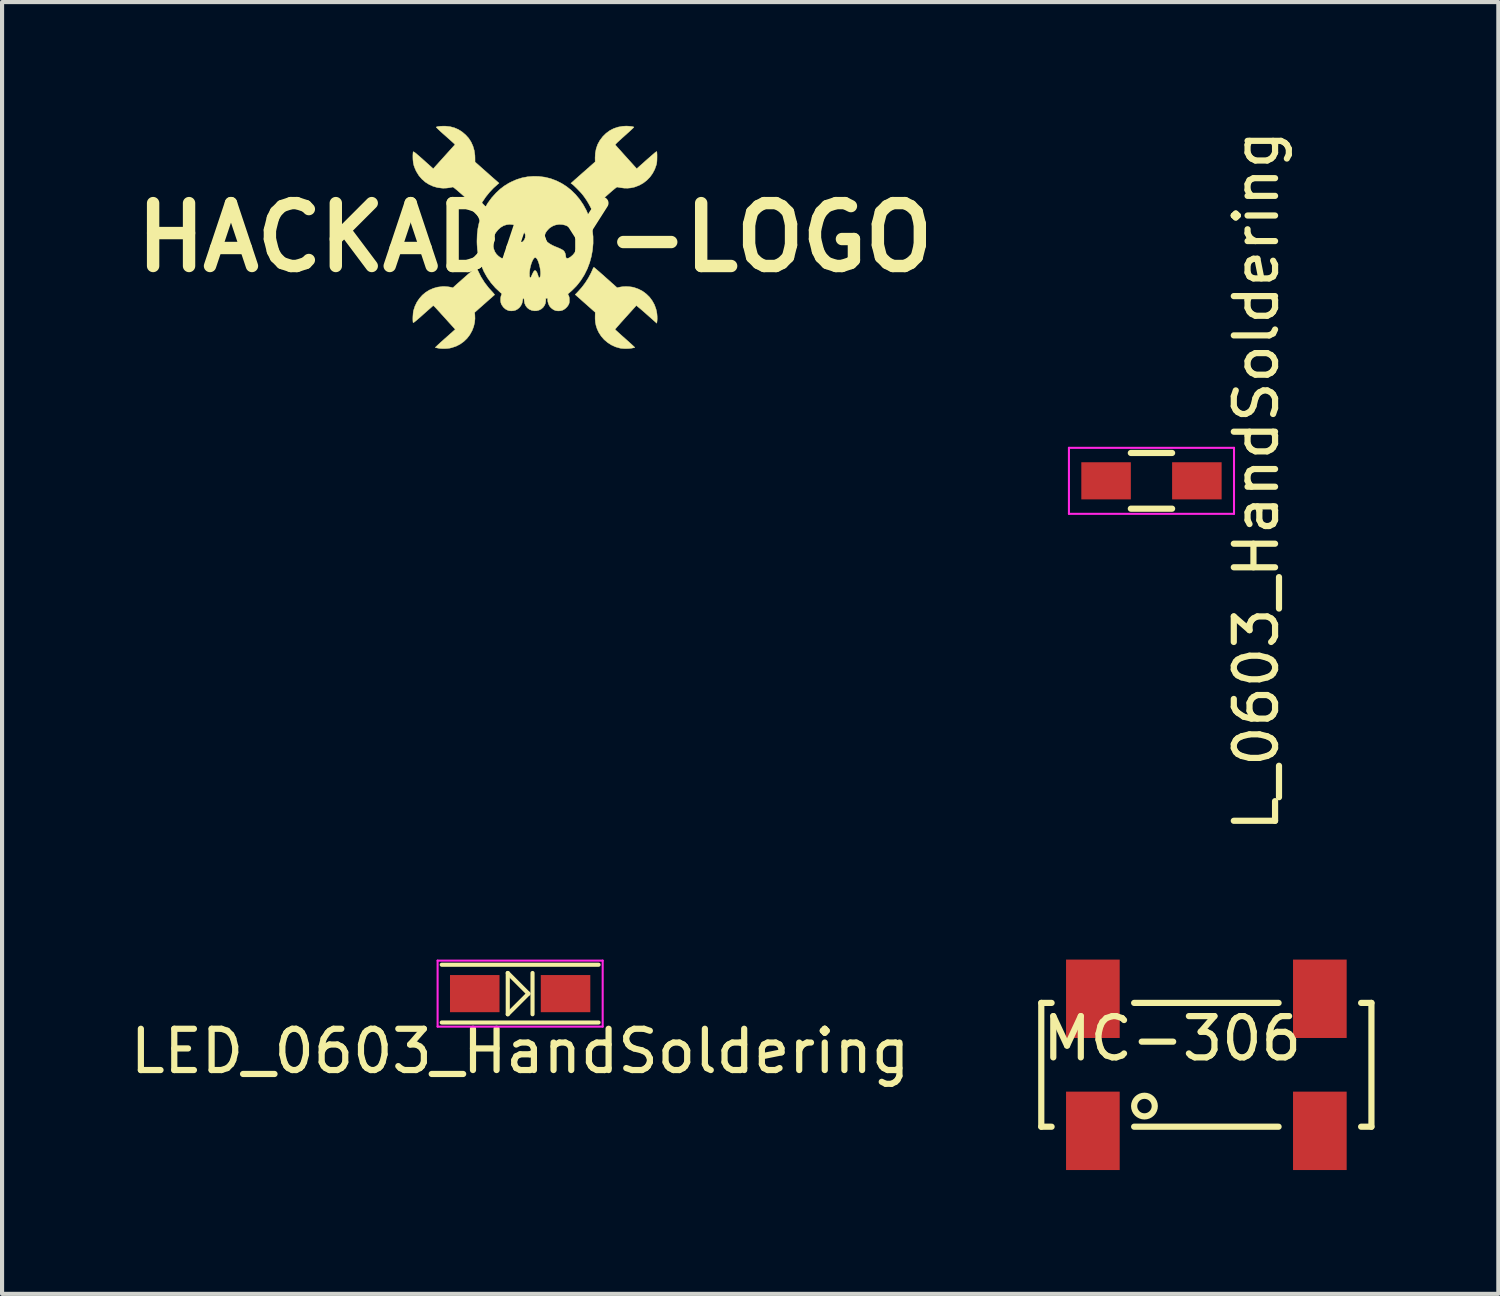
<source format=kicad_pcb>
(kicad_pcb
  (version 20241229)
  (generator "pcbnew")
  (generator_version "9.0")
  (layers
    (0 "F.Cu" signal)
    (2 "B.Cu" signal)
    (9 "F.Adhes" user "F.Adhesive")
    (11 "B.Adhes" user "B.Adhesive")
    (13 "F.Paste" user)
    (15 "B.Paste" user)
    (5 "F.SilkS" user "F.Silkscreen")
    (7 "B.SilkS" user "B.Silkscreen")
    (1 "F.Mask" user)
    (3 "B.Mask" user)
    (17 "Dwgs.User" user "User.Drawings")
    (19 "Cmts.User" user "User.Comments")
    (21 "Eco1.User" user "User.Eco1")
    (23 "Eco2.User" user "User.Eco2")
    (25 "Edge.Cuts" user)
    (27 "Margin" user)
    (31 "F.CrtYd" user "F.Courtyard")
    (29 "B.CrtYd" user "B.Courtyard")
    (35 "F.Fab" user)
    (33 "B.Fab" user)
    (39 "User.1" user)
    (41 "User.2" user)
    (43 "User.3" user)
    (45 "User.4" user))
  (footprint "LED_0603_HandSoldering"
    (layer "F.Cu")
    (at 9.554 21.027)
    (property "Reference" "LED_0603_HandSoldering" (at 0 1.397 0) (layer "F.SilkS") (effects (font (size 1 1) (thickness 0.15))))
    (attr smd)
    (fp_line (start -1.9 0.7) (end 1.9 0.7) (stroke (width 0.1) (type solid)) (layer "F.SilkS"))
    (fp_line (start -0.3 -0.5) (end -0.3 0.5) (stroke (width 0.1) (type solid)) (layer "F.SilkS"))
    (fp_line (start -0.3 0.5) (end 0.2 0) (stroke (width 0.1) (type solid)) (layer "F.SilkS"))
    (fp_line (start 0.2 0) (end -0.3 -0.5) (stroke (width 0.1) (type solid)) (layer "F.SilkS"))
    (fp_line (start 0.3 -0.5) (end 0.3 0.5) (stroke (width 0.1) (type solid)) (layer "F.SilkS"))
    (fp_line (start 1.9 -0.7) (end -1.9 -0.7) (stroke (width 0.1) (type solid)) (layer "F.SilkS"))
    (fp_line (start -2 -0.8) (end -2 0.8) (stroke (width 0.05) (type solid)) (layer "F.CrtYd"))
    (fp_line (start -2 -0.8) (end 2 -0.8) (stroke (width 0.05) (type solid)) (layer "F.CrtYd"))
    (fp_line (start -2 0.8) (end 2 0.8) (stroke (width 0.05) (type solid)) (layer "F.CrtYd"))
    (fp_line (start 2 -0.8) (end 2 0.8) (stroke (width 0.05) (type solid)) (layer "F.CrtYd"))
    (pad "1" smd rect (at -1.1 0) (size 1.2 0.9) (layers "F.Cu" "F.Mask" "F.Paste"))
    (pad "2" smd rect (at 1.1 0) (size 1.2 0.9) (layers "F.Cu" "F.Mask" "F.Paste")))
  (footprint "HACKADAY-LOGO"
    (layer "F.Cu")
    (at 9.913 2.706)
    (property "Reference" "HACKADAY-LOGO" (at 0 0 0) (layer "F.SilkS") (effects (font (size 1.524 1.524) (thickness 0.3))))
    (attr through_hole)
    (fp_poly (pts (xy 1.435 0.726) (xy 1.454 0.742) (xy 1.483 0.766) (xy 1.521 0.799) (xy 1.566 0.838) (xy 1.617 0.883) (xy 1.673 0.932) (xy 1.713 0.968) (xy 1.991 1.216) (xy 2.064 1.2) (xy 2.131 1.19) (xy 2.207 1.187) (xy 2.284 1.191) (xy 2.357 1.2) (xy 2.404 1.211) (xy 2.512 1.25) (xy 2.611 1.302) (xy 2.699 1.368) (xy 2.777 1.444) (xy 2.842 1.532) (xy 2.895 1.628) (xy 2.933 1.733) (xy 2.947 1.791) (xy 2.956 1.847) (xy 2.961 1.908) (xy 2.962 1.969) (xy 2.959 2.022) (xy 2.956 2.044) (xy 2.951 2.076) (xy 2.706 1.859) (xy 2.652 1.811) (xy 2.601 1.767) (xy 2.556 1.728) (xy 2.517 1.696) (xy 2.487 1.671) (xy 2.466 1.654) (xy 2.456 1.648) (xy 2.455 1.648) (xy 2.364 1.749) (xy 2.28 1.842) (xy 2.205 1.925) (xy 2.138 2) (xy 2.08 2.064) (xy 2.032 2.119) (xy 1.993 2.163) (xy 1.965 2.196) (xy 1.947 2.217) (xy 1.941 2.226) (xy 1.941 2.227) (xy 1.947 2.234) (xy 1.965 2.251) (xy 1.993 2.276) (xy 2.029 2.309) (xy 2.073 2.349) (xy 2.122 2.393) (xy 2.175 2.44) (xy 2.183 2.447) (xy 2.237 2.495) (xy 2.286 2.539) (xy 2.329 2.578) (xy 2.366 2.612) (xy 2.394 2.638) (xy 2.412 2.656) (xy 2.419 2.663) (xy 2.419 2.664) (xy 2.41 2.667) (xy 2.388 2.672) (xy 2.358 2.678) (xy 2.35 2.68) (xy 2.291 2.688) (xy 2.223 2.691) (xy 2.154 2.69) (xy 2.09 2.685) (xy 2.053 2.678) (xy 1.949 2.648) (xy 1.85 2.602) (xy 1.759 2.543) (xy 1.677 2.473) (xy 1.606 2.392) (xy 1.547 2.301) (xy 1.507 2.216) (xy 1.481 2.137) (xy 1.465 2.059) (xy 1.458 1.976) (xy 1.458 1.916) (xy 1.46 1.812) (xy 1.249 1.625) (xy 1.197 1.579) (xy 1.147 1.535) (xy 1.103 1.495) (xy 1.064 1.461) (xy 1.034 1.434) (xy 1.013 1.416) (xy 1.006 1.409) (xy 0.975 1.382) (xy 1.047 1.307) (xy 1.137 1.206) (xy 1.22 1.096) (xy 1.294 0.98) (xy 1.357 0.862) (xy 1.386 0.798) (xy 1.4 0.765) (xy 1.413 0.739) (xy 1.423 0.724) (xy 1.427 0.72) (xy 1.435 0.726)) (stroke (width 0.01) (type solid)) (fill yes) (layer "F.SilkS"))
    (fp_poly (pts (xy -2.183 -2.699) (xy -2.166 -2.699) (xy -2.056 -2.687) (xy -1.953 -2.66) (xy -1.856 -2.618) (xy -1.765 -2.56) (xy -1.678 -2.486) (xy -1.678 -2.486) (xy -1.605 -2.405) (xy -1.547 -2.314) (xy -1.502 -2.214) (xy -1.471 -2.107) (xy -1.455 -1.993) (xy -1.453 -1.938) (xy -1.452 -1.832) (xy -1.291 -1.689) (xy -1.237 -1.641) (xy -1.178 -1.589) (xy -1.119 -1.536) (xy -1.063 -1.486) (xy -1.014 -1.443) (xy -1 -1.431) (xy -0.871 -1.318) (xy -0.907 -1.288) (xy -1.007 -1.198) (xy -1.103 -1.096) (xy -1.193 -0.984) (xy -1.272 -0.867) (xy -1.329 -0.767) (xy -1.346 -0.736) (xy -1.36 -0.712) (xy -1.369 -0.697) (xy -1.372 -0.695) (xy -1.379 -0.7) (xy -1.397 -0.716) (xy -1.426 -0.741) (xy -1.463 -0.774) (xy -1.508 -0.813) (xy -1.559 -0.858) (xy -1.616 -0.909) (xy -1.676 -0.962) (xy -1.749 -1.026) (xy -1.81 -1.08) (xy -1.861 -1.124) (xy -1.902 -1.159) (xy -1.934 -1.185) (xy -1.958 -1.204) (xy -1.976 -1.217) (xy -1.987 -1.223) (xy -1.994 -1.224) (xy -2.064 -1.209) (xy -2.141 -1.199) (xy -2.217 -1.196) (xy -2.248 -1.197) (xy -2.36 -1.211) (xy -2.466 -1.241) (xy -2.565 -1.286) (xy -2.657 -1.344) (xy -2.739 -1.416) (xy -2.811 -1.499) (xy -2.87 -1.594) (xy -2.884 -1.621) (xy -2.914 -1.69) (xy -2.936 -1.753) (xy -2.949 -1.816) (xy -2.956 -1.885) (xy -2.958 -1.947) (xy -2.958 -1.992) (xy -2.956 -2.031) (xy -2.954 -2.06) (xy -2.95 -2.076) (xy -2.95 -2.077) (xy -2.946 -2.079) (xy -2.938 -2.077) (xy -2.926 -2.07) (xy -2.909 -2.058) (xy -2.885 -2.04) (xy -2.855 -2.014) (xy -2.816 -1.981) (xy -2.769 -1.94) (xy -2.712 -1.889) (xy -2.645 -1.829) (xy -2.566 -1.758) (xy -2.534 -1.73) (xy -2.465 -1.667) (xy -2.201 -1.96) (xy -1.937 -2.253) (xy -1.954 -2.272) (xy -1.965 -2.282) (xy -1.986 -2.301) (xy -2.017 -2.329) (xy -2.056 -2.364) (xy -2.101 -2.404) (xy -2.15 -2.448) (xy -2.187 -2.481) (xy -2.244 -2.531) (xy -2.293 -2.575) (xy -2.333 -2.613) (xy -2.364 -2.643) (xy -2.384 -2.664) (xy -2.393 -2.675) (xy -2.393 -2.677) (xy -2.371 -2.685) (xy -2.336 -2.692) (xy -2.29 -2.697) (xy -2.238 -2.699) (xy -2.183 -2.699)) (stroke (width 0.01) (type solid)) (fill yes) (layer "F.SilkS"))
    (fp_poly (pts (xy -1.418 0.727) (xy -1.408 0.747) (xy -1.394 0.776) (xy -1.382 0.802) (xy -1.309 0.951) (xy -1.221 1.091) (xy -1.12 1.222) (xy -1.059 1.289) (xy -1.028 1.323) (xy -1.003 1.351) (xy -0.986 1.373) (xy -0.978 1.386) (xy -0.979 1.388) (xy -0.987 1.395) (xy -1.006 1.412) (xy -1.034 1.437) (xy -1.071 1.47) (xy -1.114 1.507) (xy -1.161 1.549) (xy -1.181 1.567) (xy -1.232 1.612) (xy -1.281 1.656) (xy -1.326 1.695) (xy -1.365 1.729) (xy -1.395 1.757) (xy -1.416 1.775) (xy -1.419 1.778) (xy -1.462 1.816) (xy -1.456 1.875) (xy -1.453 1.967) (xy -1.463 2.063) (xy -1.486 2.16) (xy -1.522 2.253) (xy -1.525 2.259) (xy -1.58 2.358) (xy -1.647 2.445) (xy -1.726 2.521) (xy -1.816 2.585) (xy -1.914 2.635) (xy -2.021 2.67) (xy -2.064 2.68) (xy -2.118 2.687) (xy -2.18 2.691) (xy -2.244 2.691) (xy -2.305 2.687) (xy -2.353 2.679) (xy -2.382 2.673) (xy -2.405 2.668) (xy -2.415 2.665) (xy -2.411 2.659) (xy -2.395 2.643) (xy -2.369 2.618) (xy -2.335 2.586) (xy -2.293 2.547) (xy -2.244 2.504) (xy -2.191 2.456) (xy -2.177 2.444) (xy -1.931 2.225) (xy -2.058 2.086) (xy -2.104 2.035) (xy -2.157 1.976) (xy -2.213 1.914) (xy -2.268 1.854) (xy -2.317 1.799) (xy -2.321 1.795) (xy -2.365 1.747) (xy -2.399 1.71) (xy -2.424 1.684) (xy -2.442 1.666) (xy -2.455 1.656) (xy -2.464 1.652) (xy -2.47 1.653) (xy -2.472 1.654) (xy -2.481 1.662) (xy -2.501 1.68) (xy -2.531 1.707) (xy -2.569 1.74) (xy -2.614 1.78) (xy -2.664 1.824) (xy -2.716 1.87) (xy -2.777 1.925) (xy -2.828 1.969) (xy -2.867 2.003) (xy -2.898 2.028) (xy -2.921 2.046) (xy -2.937 2.057) (xy -2.946 2.062) (xy -2.952 2.061) (xy -2.953 2.06) (xy -2.956 2.041) (xy -2.958 2.008) (xy -2.959 1.967) (xy -2.958 1.921) (xy -2.955 1.875) (xy -2.952 1.831) (xy -2.947 1.794) (xy -2.944 1.775) (xy -2.909 1.666) (xy -2.861 1.566) (xy -2.8 1.476) (xy -2.729 1.396) (xy -2.648 1.328) (xy -2.558 1.272) (xy -2.461 1.23) (xy -2.358 1.201) (xy -2.249 1.188) (xy -2.172 1.188) (xy -2.128 1.191) (xy -2.086 1.196) (xy -2.05 1.202) (xy -2.034 1.205) (xy -1.989 1.218) (xy -1.945 1.177) (xy -1.912 1.147) (xy -1.872 1.111) (xy -1.826 1.071) (xy -1.777 1.027) (xy -1.726 0.982) (xy -1.674 0.936) (xy -1.623 0.891) (xy -1.574 0.849) (xy -1.53 0.81) (xy -1.491 0.777) (xy -1.46 0.75) (xy -1.437 0.731) (xy -1.425 0.721) (xy -1.424 0.72) (xy -1.418 0.727)) (stroke (width 0.01) (type solid)) (fill yes) (layer "F.SilkS"))
    (fp_poly (pts (xy 2.25 -2.7) (xy 2.296 -2.696) (xy 2.337 -2.692) (xy 2.371 -2.686) (xy 2.393 -2.679) (xy 2.398 -2.676) (xy 2.393 -2.67) (xy 2.377 -2.653) (xy 2.351 -2.628) (xy 2.316 -2.595) (xy 2.274 -2.557) (xy 2.226 -2.514) (xy 2.174 -2.467) (xy 2.172 -2.465) (xy 2.104 -2.404) (xy 2.048 -2.353) (xy 2.003 -2.312) (xy 1.971 -2.28) (xy 1.952 -2.259) (xy 1.945 -2.249) (xy 1.945 -2.248) (xy 1.952 -2.24) (xy 1.969 -2.22) (xy 1.995 -2.191) (xy 2.029 -2.153) (xy 2.07 -2.108) (xy 2.116 -2.056) (xy 2.166 -2) (xy 2.209 -1.953) (xy 2.466 -1.668) (xy 2.522 -1.718) (xy 2.606 -1.792) (xy 2.677 -1.856) (xy 2.738 -1.91) (xy 2.789 -1.954) (xy 2.831 -1.991) (xy 2.865 -2.02) (xy 2.892 -2.043) (xy 2.912 -2.06) (xy 2.927 -2.071) (xy 2.937 -2.079) (xy 2.944 -2.082) (xy 2.948 -2.083) (xy 2.951 -2.082) (xy 2.954 -2.07) (xy 2.956 -2.044) (xy 2.958 -2.006) (xy 2.958 -1.959) (xy 2.958 -1.949) (xy 2.957 -1.892) (xy 2.955 -1.848) (xy 2.951 -1.812) (xy 2.945 -1.779) (xy 2.939 -1.757) (xy 2.902 -1.652) (xy 2.85 -1.554) (xy 2.786 -1.465) (xy 2.709 -1.386) (xy 2.623 -1.32) (xy 2.527 -1.266) (xy 2.423 -1.226) (xy 2.399 -1.219) (xy 2.321 -1.203) (xy 2.242 -1.196) (xy 2.158 -1.198) (xy 2.066 -1.21) (xy 1.998 -1.223) (xy 1.992 -1.223) (xy 1.983 -1.22) (xy 1.97 -1.213) (xy 1.953 -1.2) (xy 1.93 -1.182) (xy 1.9 -1.157) (xy 1.862 -1.125) (xy 1.815 -1.084) (xy 1.757 -1.033) (xy 1.689 -0.972) (xy 1.676 -0.961) (xy 1.616 -0.908) (xy 1.559 -0.858) (xy 1.508 -0.812) (xy 1.463 -0.773) (xy 1.425 -0.74) (xy 1.397 -0.715) (xy 1.378 -0.7) (xy 1.371 -0.694) (xy 1.366 -0.701) (xy 1.355 -0.72) (xy 1.341 -0.747) (xy 1.334 -0.76) (xy 1.296 -0.83) (xy 1.249 -0.907) (xy 1.196 -0.984) (xy 1.156 -1.037) (xy 1.131 -1.067) (xy 1.099 -1.103) (xy 1.061 -1.142) (xy 1.022 -1.183) (xy 0.983 -1.221) (xy 0.948 -1.255) (xy 0.918 -1.282) (xy 0.896 -1.299) (xy 0.895 -1.299) (xy 0.871 -1.315) (xy 0.92 -1.358) (xy 0.937 -1.373) (xy 0.965 -1.399) (xy 1.003 -1.432) (xy 1.048 -1.472) (xy 1.098 -1.516) (xy 1.153 -1.565) (xy 1.21 -1.615) (xy 1.214 -1.618) (xy 1.459 -1.835) (xy 1.457 -1.932) (xy 1.463 -2.046) (xy 1.484 -2.155) (xy 1.52 -2.258) (xy 1.572 -2.353) (xy 1.574 -2.355) (xy 1.643 -2.447) (xy 1.723 -2.526) (xy 1.811 -2.591) (xy 1.907 -2.641) (xy 2.011 -2.676) (xy 2.12 -2.696) (xy 2.205 -2.701) (xy 2.25 -2.7)) (stroke (width 0.01) (type solid)) (fill yes) (layer "F.SilkS"))
    (fp_poly (pts (xy 0.095 -1.481) (xy 0.239 -1.463) (xy 0.379 -1.429) (xy 0.513 -1.379) (xy 0.642 -1.315) (xy 0.765 -1.237) (xy 0.88 -1.145) (xy 0.986 -1.041) (xy 1.083 -0.924) (xy 1.17 -0.796) (xy 1.246 -0.657) (xy 1.252 -0.643) (xy 1.314 -0.494) (xy 1.36 -0.34) (xy 1.391 -0.182) (xy 1.408 -0.022) (xy 1.409 0.138) (xy 1.395 0.298) (xy 1.367 0.455) (xy 1.325 0.609) (xy 1.268 0.758) (xy 1.198 0.901) (xy 1.113 1.036) (xy 1.042 1.129) (xy 1.008 1.169) (xy 0.965 1.214) (xy 0.919 1.26) (xy 0.874 1.303) (xy 0.834 1.337) (xy 0.828 1.343) (xy 0.796 1.368) (xy 0.815 1.406) (xy 0.825 1.43) (xy 0.831 1.456) (xy 0.834 1.49) (xy 0.834 1.516) (xy 0.833 1.554) (xy 0.83 1.582) (xy 0.823 1.606) (xy 0.811 1.631) (xy 0.782 1.674) (xy 0.743 1.714) (xy 0.699 1.746) (xy 0.664 1.763) (xy 0.615 1.775) (xy 0.56 1.778) (xy 0.508 1.772) (xy 0.498 1.769) (xy 0.456 1.752) (xy 0.413 1.723) (xy 0.375 1.688) (xy 0.358 1.667) (xy 0.339 1.634) (xy 0.323 1.594) (xy 0.312 1.554) (xy 0.307 1.517) (xy 0.308 1.497) (xy 0.31 1.48) (xy 0.302 1.474) (xy 0.288 1.473) (xy 0.262 1.473) (xy 0.262 1.527) (xy 0.255 1.589) (xy 0.232 1.644) (xy 0.197 1.693) (xy 0.152 1.732) (xy 0.097 1.76) (xy 0.036 1.775) (xy -0.013 1.776) (xy -0.078 1.765) (xy -0.137 1.74) (xy -0.186 1.702) (xy -0.224 1.653) (xy -0.25 1.595) (xy -0.261 1.53) (xy -0.264 1.499) (xy -0.267 1.482) (xy -0.273 1.474) (xy -0.279 1.473) (xy -0.288 1.476) (xy -0.294 1.488) (xy -0.297 1.513) (xy -0.299 1.525) (xy -0.313 1.591) (xy -0.341 1.65) (xy -0.381 1.701) (xy -0.432 1.741) (xy -0.474 1.762) (xy -0.519 1.773) (xy -0.57 1.777) (xy -0.62 1.774) (xy -0.654 1.765) (xy -0.714 1.734) (xy -0.764 1.69) (xy -0.804 1.633) (xy -0.818 1.604) (xy -0.829 1.566) (xy -0.833 1.518) (xy -0.832 1.468) (xy -0.824 1.422) (xy -0.818 1.403) (xy -0.802 1.363) (xy -0.839 1.331) (xy -0.959 1.219) (xy -1.065 1.097) (xy -1.158 0.965) (xy -1.197 0.895) (xy -0.134 0.895) (xy -0.131 0.933) (xy -0.125 0.959) (xy -0.117 0.972) (xy -0.107 0.972) (xy -0.095 0.956) (xy -0.088 0.942) (xy -0.065 0.889) (xy -0.044 0.846) (xy -0.025 0.816) (xy -0.01 0.801) (xy -0.007 0.799) (xy 0.014 0.801) (xy 0.033 0.82) (xy 0.052 0.854) (xy 0.069 0.9) (xy 0.081 0.94) (xy 0.092 0.965) (xy 0.101 0.976) (xy 0.109 0.976) (xy 0.116 0.969) (xy 0.125 0.95) (xy 0.132 0.925) (xy 0.132 0.924) (xy 0.136 0.881) (xy 0.135 0.83) (xy 0.129 0.775) (xy 0.119 0.717) (xy 0.105 0.659) (xy 0.089 0.606) (xy 0.071 0.559) (xy 0.052 0.522) (xy 0.032 0.497) (xy 0.022 0.49) (xy 0.005 0.485) (xy -0.009 0.489) (xy -0.021 0.5) (xy -0.044 0.529) (xy -0.066 0.572) (xy -0.087 0.625) (xy -0.105 0.685) (xy -0.12 0.748) (xy -0.129 0.812) (xy -0.132 0.847) (xy -0.134 0.895) (xy -1.197 0.895) (xy -1.237 0.824) (xy -1.302 0.673) (xy -1.352 0.513) (xy -1.355 0.503) (xy -1.379 0.395) (xy -1.395 0.288) (xy -1.403 0.174) (xy -1.405 0.11) (xy -1.018 0.11) (xy -1.012 0.201) (xy -0.997 0.279) (xy -0.971 0.346) (xy -0.933 0.403) (xy -0.883 0.452) (xy -0.84 0.483) (xy -0.808 0.501) (xy -0.785 0.507) (xy -0.768 0.502) (xy -0.76 0.496) (xy -0.752 0.481) (xy -0.745 0.456) (xy -0.742 0.434) (xy -0.732 0.384) (xy -0.713 0.346) (xy -0.684 0.314) (xy -0.64 0.286) (xy -0.639 0.286) (xy -0.604 0.268) (xy -0.56 0.248) (xy -0.515 0.229) (xy -0.5 0.223) (xy -0.415 0.186) (xy -0.347 0.146) (xy -0.295 0.103) (xy -0.259 0.057) (xy -0.238 0.008) (xy -0.233 -0.034) (xy 0.236 -0.034) (xy 0.242 0.008) (xy 0.259 0.052) (xy 0.283 0.091) (xy 0.298 0.107) (xy 0.331 0.133) (xy 0.374 0.161) (xy 0.422 0.188) (xy 0.469 0.21) (xy 0.485 0.217) (xy 0.548 0.242) (xy 0.603 0.266) (xy 0.649 0.289) (xy 0.682 0.309) (xy 0.692 0.317) (xy 0.715 0.345) (xy 0.733 0.384) (xy 0.743 0.427) (xy 0.745 0.45) (xy 0.75 0.482) (xy 0.764 0.5) (xy 0.788 0.505) (xy 0.819 0.496) (xy 0.857 0.473) (xy 0.87 0.464) (xy 0.919 0.421) (xy 0.956 0.376) (xy 0.983 0.325) (xy 1.002 0.264) (xy 1.013 0.21) (xy 1.021 0.121) (xy 1.016 0.041) (xy 0.997 -0.033) (xy 0.963 -0.102) (xy 0.913 -0.168) (xy 0.885 -0.199) (xy 0.834 -0.246) (xy 0.782 -0.279) (xy 0.727 -0.301) (xy 0.665 -0.315) (xy 0.584 -0.319) (xy 0.506 -0.307) (xy 0.432 -0.28) (xy 0.365 -0.238) (xy 0.338 -0.215) (xy 0.289 -0.162) (xy 0.256 -0.112) (xy 0.239 -0.065) (xy 0.236 -0.034) (xy -0.233 -0.034) (xy -0.233 -0.035) (xy -0.234 -0.06) (xy -0.238 -0.08) (xy -0.247 -0.1) (xy -0.263 -0.126) (xy -0.275 -0.144) (xy -0.325 -0.207) (xy -0.38 -0.254) (xy -0.442 -0.286) (xy -0.447 -0.288) (xy -0.531 -0.312) (xy -0.612 -0.32) (xy -0.69 -0.311) (xy -0.764 -0.286) (xy -0.832 -0.245) (xy -0.895 -0.188) (xy -0.95 -0.119) (xy -0.984 -0.061) (xy -1.005 -0.002) (xy -1.016 0.062) (xy -1.018 0.11) (xy -1.405 0.11) (xy -1.405 0.076) (xy -1.4 -0.076) (xy -1.383 -0.219) (xy -1.354 -0.356) (xy -1.311 -0.493) (xy -1.286 -0.558) (xy -1.22 -0.703) (xy -1.142 -0.837) (xy -1.05 -0.962) (xy -0.944 -1.08) (xy -0.936 -1.088) (xy -0.841 -1.176) (xy -0.744 -1.25) (xy -0.641 -1.314) (xy -0.58 -1.346) (xy -0.447 -1.405) (xy -0.313 -1.447) (xy -0.177 -1.473) (xy -0.036 -1.484) (xy 0.095 -1.481)) (stroke (width 0.01) (type solid)) (fill yes) (layer "F.SilkS")))
  (footprint "L_0603_HandSoldering"
    (layer "F.Cu")
    (at 24.852 8.601)
    (property "Reference" "L_0603_HandSoldering" (at 2.54 0 270) (layer "F.SilkS") (effects (font (size 1 1) (thickness 0.15))))
    (attr smd)
    (fp_line (start -0.5 -0.675) (end 0.5 -0.675) (stroke (width 0.15) (type solid)) (layer "F.SilkS"))
    (fp_line (start 0.5 0.675) (end -0.5 0.675) (stroke (width 0.15) (type solid)) (layer "F.SilkS"))
    (fp_line (start -2 -0.8) (end -2 0.8) (stroke (width 0.05) (type solid)) (layer "F.CrtYd"))
    (fp_line (start -2 -0.8) (end 2 -0.8) (stroke (width 0.05) (type solid)) (layer "F.CrtYd"))
    (fp_line (start -2 0.8) (end 2 0.8) (stroke (width 0.05) (type solid)) (layer "F.CrtYd"))
    (fp_line (start 2 -0.8) (end 2 0.8) (stroke (width 0.05) (type solid)) (layer "F.CrtYd"))
    (pad "1" smd rect (at -1.1 0) (size 1.2 0.9) (layers "F.Cu" "F.Mask" "F.Paste"))
    (pad "2" smd rect (at 1.1 0) (size 1.2 0.9) (layers "F.Cu" "F.Mask" "F.Paste")))
  (footprint "MC-306"
    (layer "F.Cu")
    (at 26.182 22.752)
    (property "Reference" "MC-306" (at -0.828 -0.635 0) (layer "F.SilkS") (effects (font (size 1 1) (thickness 0.15))))
    (attr through_hole)
    (fp_line (start -4 -1.5) (end -3.75 -1.5) (stroke (width 0.15) (type solid)) (layer "F.SilkS"))
    (fp_line (start -4 1.5) (end -4 -1.5) (stroke (width 0.15) (type solid)) (layer "F.SilkS"))
    (fp_line (start -4 1.5) (end -3.75 1.5) (stroke (width 0.15) (type solid)) (layer "F.SilkS"))
    (fp_line (start -1.75 -1.5) (end 1.75 -1.5) (stroke (width 0.15) (type solid)) (layer "F.SilkS"))
    (fp_line (start -1.75 1.5) (end 1.75 1.5) (stroke (width 0.15) (type solid)) (layer "F.SilkS"))
    (fp_line (start 3.75 -1.5) (end 4 -1.5) (stroke (width 0.15) (type solid)) (layer "F.SilkS"))
    (fp_line (start 3.75 1.5) (end 4 1.5) (stroke (width 0.15) (type solid)) (layer "F.SilkS"))
    (fp_line (start 4 1.5) (end 4 -1.5) (stroke (width 0.15) (type solid)) (layer "F.SilkS"))
    (fp_circle (center -1.5 1) (end -1.25 1) (stroke (width 0.15) (type solid)) (fill no) (layer "F.SilkS"))
    (pad "1" smd rect (at -2.75 1.6) (size 1.3 1.9) (layers "F.Cu" "F.Mask" "F.Paste"))
    (pad "2" smd rect (at 2.75 1.6) (size 1.3 1.9) (layers "F.Cu" "F.Mask" "F.Paste"))
    (pad "3" smd rect (at 2.75 -1.6) (size 1.3 1.9) (layers "F.Cu" "F.Mask" "F.Paste"))
    (pad "4" smd rect (at -2.75 -1.6) (size 1.3 1.9) (layers "F.Cu" "F.Mask" "F.Paste")))
  (gr_rect
    (start -3 -3)
    (end 33.257 28.302)
    (stroke (width 0.1) (type default))
    (fill no)
    (layer "Edge.Cuts")))
</source>
